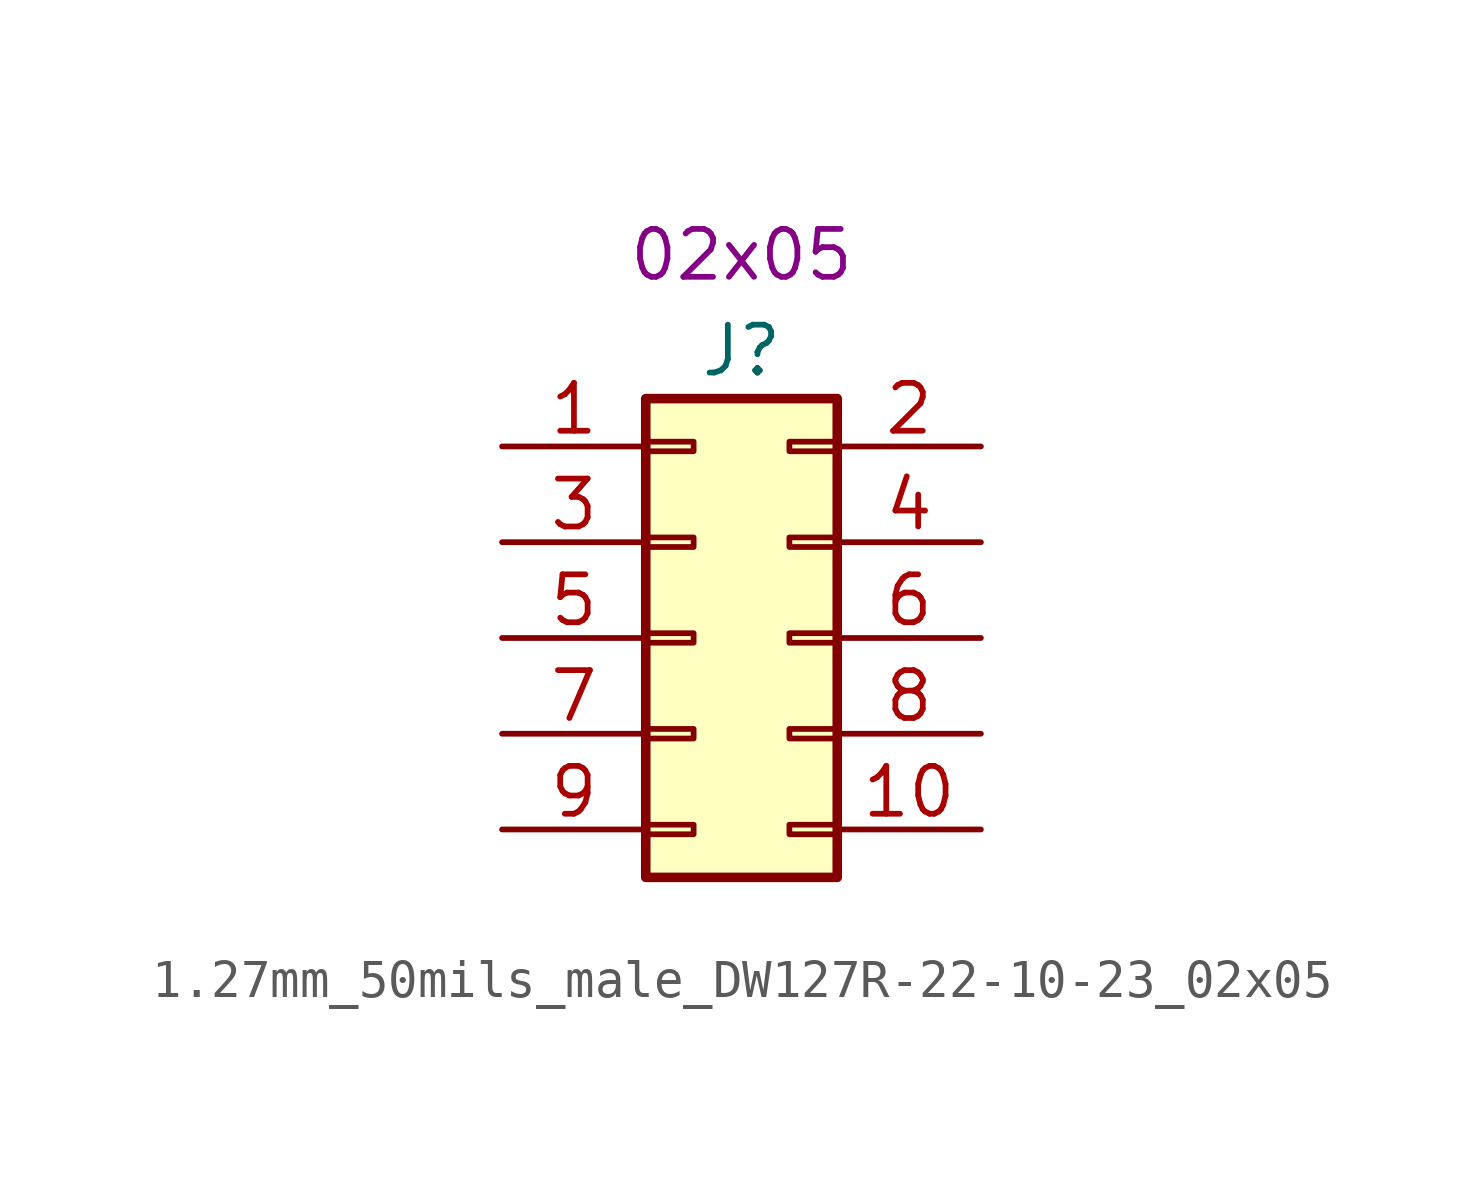
<source format=kicad_sym>
(kicad_symbol_lib
  (version 20211014)
  (generator kicad_symbol_editor)
  (symbol "1.27mm_50mils_male_DW127R-22-10-23_02x05"
    (pin_names
      (offset 1.016) hide)
    (property "Reference" "J"
      (at 0 7.62 0)
      (effects (font (size 1.27 1.27))))
    (property "UserValue" "02x05"
      (at 0 10.16 0)
      (effects (font (size 1.27 1.27))))
    (symbol "1.27mm_50mils_male_DW127R-22-10-23_02x05_1_1"
      (rectangle (start -2.54 -4.953) (end -1.27 -5.207) (stroke (width 0.152) (type default) (color 0 0 0 0)) (fill (type none)))
      (rectangle (start -2.54 -2.413) (end -1.27 -2.667) (stroke (width 0.152) (type default) (color 0 0 0 0)) (fill (type none)))
      (rectangle (start -2.54 0.127) (end -1.27 -0.127) (stroke (width 0.152) (type default) (color 0 0 0 0)) (fill (type none)))
      (rectangle (start -2.54 2.667) (end -1.27 2.413) (stroke (width 0.152) (type default) (color 0 0 0 0)) (fill (type none)))
      (rectangle (start -2.54 5.207) (end -1.27 4.953) (stroke (width 0.152) (type default) (color 0 0 0 0)) (fill (type none)))
      (rectangle (start -2.54 6.35) (end 2.54 -6.35) (stroke (width 0.254) (type default) (color 0 0 0 0)) (fill (type background)))
      (rectangle (start 2.54 -4.953) (end 1.27 -5.207) (stroke (width 0.152) (type default) (color 0 0 0 0)) (fill (type none)))
      (rectangle (start 2.54 -2.413) (end 1.27 -2.667) (stroke (width 0.152) (type default) (color 0 0 0 0)) (fill (type none)))
      (rectangle (start 2.54 0.127) (end 1.27 -0.127) (stroke (width 0.152) (type default) (color 0 0 0 0)) (fill (type none)))
      (rectangle (start 2.54 2.667) (end 1.27 2.413) (stroke (width 0.152) (type default) (color 0 0 0 0)) (fill (type none)))
      (rectangle (start 2.54 5.207) (end 1.27 4.953) (stroke (width 0.152) (type default) (color 0 0 0 0)) (fill (type none)))
      (pin passive line (at -6.35 5.08 0) (length 3.81) (name "Pin_1" (effects (font (size 1.27 1.27)))) (number "1" (effects (font (size 1.27 1.27)))))
      (pin passive line (at 6.35 -5.08 180) (length 3.81) (name "Pin_10" (effects (font (size 1.27 1.27)))) (number "10" (effects (font (size 1.27 1.27)))))
      (pin passive line (at 6.35 5.08 180) (length 3.81) (name "Pin_2" (effects (font (size 1.27 1.27)))) (number "2" (effects (font (size 1.27 1.27)))))
      (pin passive line (at -6.35 2.54 0) (length 3.81) (name "Pin_3" (effects (font (size 1.27 1.27)))) (number "3" (effects (font (size 1.27 1.27)))))
      (pin passive line (at 6.35 2.54 180) (length 3.81) (name "Pin_4" (effects (font (size 1.27 1.27)))) (number "4" (effects (font (size 1.27 1.27)))))
      (pin passive line (at -6.35 0 0) (length 3.81) (name "Pin_5" (effects (font (size 1.27 1.27)))) (number "5" (effects (font (size 1.27 1.27)))))
      (pin passive line (at 6.35 0 180) (length 3.81) (name "Pin_6" (effects (font (size 1.27 1.27)))) (number "6" (effects (font (size 1.27 1.27)))))
      (pin passive line (at -6.35 -2.54 0) (length 3.81) (name "Pin_7" (effects (font (size 1.27 1.27)))) (number "7" (effects (font (size 1.27 1.27)))))
      (pin passive line (at 6.35 -2.54 180) (length 3.81) (name "Pin_8" (effects (font (size 1.27 1.27)))) (number "8" (effects (font (size 1.27 1.27)))))
      (pin passive line (at -6.35 -5.08 0) (length 3.81) (name "Pin_9" (effects (font (size 1.27 1.27)))) (number "9" (effects (font (size 1.27 1.27))))))))
</source>
